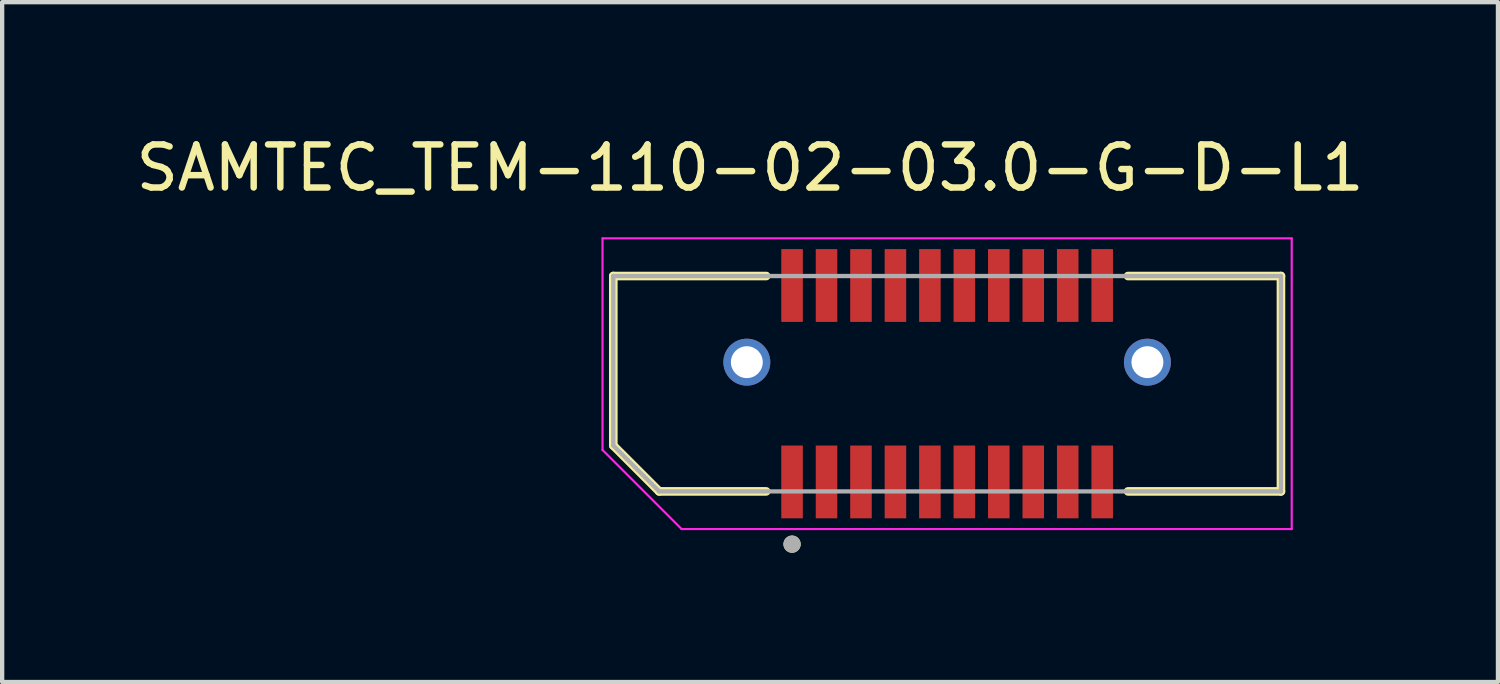
<source format=kicad_pcb>
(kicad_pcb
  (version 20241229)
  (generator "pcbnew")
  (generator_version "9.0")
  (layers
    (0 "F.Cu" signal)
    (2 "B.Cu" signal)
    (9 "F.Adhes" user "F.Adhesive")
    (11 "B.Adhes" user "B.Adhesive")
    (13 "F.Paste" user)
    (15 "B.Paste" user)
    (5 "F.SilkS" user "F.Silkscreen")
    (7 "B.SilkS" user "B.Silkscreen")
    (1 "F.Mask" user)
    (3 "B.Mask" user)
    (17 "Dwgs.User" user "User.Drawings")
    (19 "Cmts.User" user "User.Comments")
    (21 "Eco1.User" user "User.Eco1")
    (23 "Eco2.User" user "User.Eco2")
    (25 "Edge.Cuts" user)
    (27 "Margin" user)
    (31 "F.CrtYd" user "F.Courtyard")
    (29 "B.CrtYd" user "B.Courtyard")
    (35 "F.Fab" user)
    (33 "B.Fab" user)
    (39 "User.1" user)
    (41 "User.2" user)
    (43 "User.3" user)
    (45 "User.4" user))
  (footprint "SAMTEC_TEM-110-02-03.0-G-D-L1"
    (layer "F.Cu")
    (at 18.938 5.858)
    (property "Reference" "SAMTEC_TEM-110-02-03.0-G-D-L1" (at -4.575 -5.01 0) (layer "F.SilkS") (effects (font (size 1 1) (thickness 0.15))))
    (attr smd)
    (fp_line (start -7.75 -2.5) (end -7.75 1.435) (stroke (width 0.2) (type solid)) (layer "F.SilkS"))
    (fp_line (start -7.75 -2.5) (end -4.2 -2.5) (stroke (width 0.2) (type solid)) (layer "F.SilkS"))
    (fp_line (start -7.75 1.435) (end -6.685 2.5) (stroke (width 0.2) (type solid)) (layer "F.SilkS"))
    (fp_line (start -6.685 2.5) (end -4.2 2.5) (stroke (width 0.2) (type solid)) (layer "F.SilkS"))
    (fp_line (start 7.75 -2.5) (end 4.2 -2.5) (stroke (width 0.2) (type solid)) (layer "F.SilkS"))
    (fp_line (start 7.75 -2.5) (end 7.75 2.5) (stroke (width 0.2) (type solid)) (layer "F.SilkS"))
    (fp_line (start 7.75 2.5) (end 4.2 2.5) (stroke (width 0.2) (type solid)) (layer "F.SilkS"))
    (fp_circle (center -3.6 3.725) (end -3.5 3.725) (stroke (width 0.2) (type solid)) (fill no) (layer "F.SilkS"))
    (fp_circle (center -4.8 -0.25) (end -4.227 -0.25) (stroke (width 1.145) (type solid)) (fill no) (layer "F.Paste"))
    (fp_circle (center 4.8 -0.25) (end 5.373 -0.25) (stroke (width 1.145) (type solid)) (fill no) (layer "F.Paste"))
    (fp_line (start -8 -3.375) (end -8 1.539) (stroke (width 0.05) (type solid)) (layer "F.CrtYd"))
    (fp_line (start -8 -3.375) (end 8 -3.375) (stroke (width 0.05) (type solid)) (layer "F.CrtYd"))
    (fp_line (start -8 1.539) (end -6.164 3.375) (stroke (width 0.05) (type solid)) (layer "F.CrtYd"))
    (fp_line (start 8 -3.375) (end 8 3.375) (stroke (width 0.05) (type solid)) (layer "F.CrtYd"))
    (fp_line (start 8 3.375) (end -6.164 3.375) (stroke (width 0.05) (type solid)) (layer "F.CrtYd"))
    (fp_line (start -7.75 -2.5) (end -7.75 1.435) (stroke (width 0.1) (type solid)) (layer "F.Fab"))
    (fp_line (start -7.75 -2.5) (end 7.75 -2.5) (stroke (width 0.1) (type solid)) (layer "F.Fab"))
    (fp_line (start -7.75 1.435) (end -6.685 2.5) (stroke (width 0.1) (type solid)) (layer "F.Fab"))
    (fp_line (start -6.685 2.5) (end 7.75 2.5) (stroke (width 0.1) (type solid)) (layer "F.Fab"))
    (fp_line (start 7.75 -2.5) (end 7.75 2.5) (stroke (width 0.1) (type solid)) (layer "F.Fab"))
    (fp_circle (center -3.6 3.725) (end -3.5 3.725) (stroke (width 0.2) (type solid)) (fill no) (layer "F.Fab"))
    (pad "01" smd rect (at -3.6 2.28) (size 0.5 1.69) (layers "F.Cu" "F.Mask" "F.Paste"))
    (pad "02" smd rect (at -3.6 -2.28) (size 0.5 1.69) (layers "F.Cu" "F.Mask" "F.Paste"))
    (pad "03" smd rect (at -2.8 2.28) (size 0.5 1.69) (layers "F.Cu" "F.Mask" "F.Paste"))
    (pad "04" smd rect (at -2.8 -2.28) (size 0.5 1.69) (layers "F.Cu" "F.Mask" "F.Paste"))
    (pad "05" smd rect (at -2 2.28) (size 0.5 1.69) (layers "F.Cu" "F.Mask" "F.Paste"))
    (pad "06" smd rect (at -2 -2.28) (size 0.5 1.69) (layers "F.Cu" "F.Mask" "F.Paste"))
    (pad "07" smd rect (at -1.2 2.28) (size 0.5 1.69) (layers "F.Cu" "F.Mask" "F.Paste"))
    (pad "08" smd rect (at -1.2 -2.28) (size 0.5 1.69) (layers "F.Cu" "F.Mask" "F.Paste"))
    (pad "09" smd rect (at -0.4 2.28) (size 0.5 1.69) (layers "F.Cu" "F.Mask" "F.Paste"))
    (pad "10" smd rect (at -0.4 -2.28) (size 0.5 1.69) (layers "F.Cu" "F.Mask" "F.Paste"))
    (pad "11" smd rect (at 0.4 2.28) (size 0.5 1.69) (layers "F.Cu" "F.Mask" "F.Paste"))
    (pad "12" smd rect (at 0.4 -2.28) (size 0.5 1.69) (layers "F.Cu" "F.Mask" "F.Paste"))
    (pad "13" smd rect (at 1.2 2.28) (size 0.5 1.69) (layers "F.Cu" "F.Mask" "F.Paste"))
    (pad "14" smd rect (at 1.2 -2.28) (size 0.5 1.69) (layers "F.Cu" "F.Mask" "F.Paste"))
    (pad "15" smd rect (at 2 2.28) (size 0.5 1.69) (layers "F.Cu" "F.Mask" "F.Paste"))
    (pad "16" smd rect (at 2 -2.28) (size 0.5 1.69) (layers "F.Cu" "F.Mask" "F.Paste"))
    (pad "17" smd rect (at 2.8 2.28) (size 0.5 1.69) (layers "F.Cu" "F.Mask" "F.Paste"))
    (pad "18" smd rect (at 2.8 -2.28) (size 0.5 1.69) (layers "F.Cu" "F.Mask" "F.Paste"))
    (pad "19" smd rect (at 3.6 2.28) (size 0.5 1.69) (layers "F.Cu" "F.Mask" "F.Paste"))
    (pad "20" smd rect (at 3.6 -2.28) (size 0.5 1.69) (layers "F.Cu" "F.Mask" "F.Paste"))
    (pad "S1" thru_hole circle (at -4.65 -0.5) (size 1.09 1.09) (drill 0.74) (layers "*.Cu" "*.Mask"))
    (pad "S2" thru_hole circle (at 4.65 -0.5) (size 1.09 1.09) (drill 0.74) (layers "*.Cu" "*.Mask")))
  (gr_rect
    (start -3 -3)
    (end 31.726 12.783)
    (stroke (width 0.1) (type default))
    (fill no)
    (layer "Edge.Cuts")))
</source>
